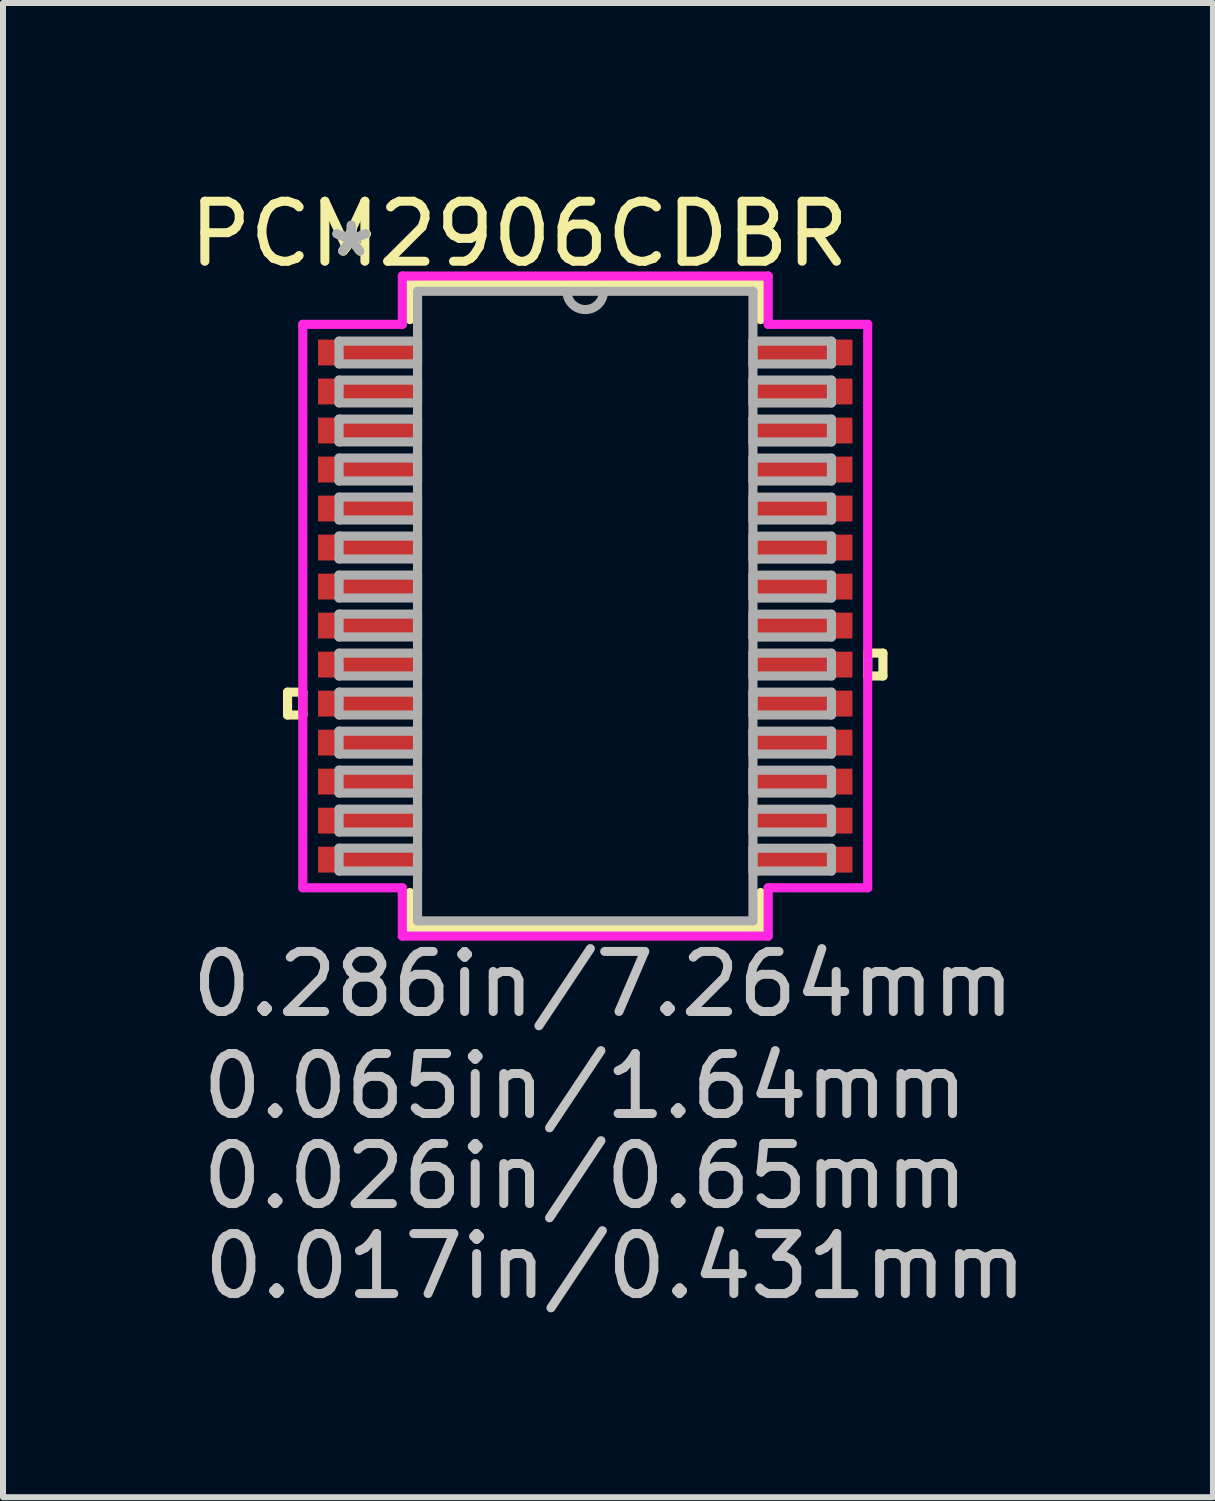
<source format=kicad_pcb>
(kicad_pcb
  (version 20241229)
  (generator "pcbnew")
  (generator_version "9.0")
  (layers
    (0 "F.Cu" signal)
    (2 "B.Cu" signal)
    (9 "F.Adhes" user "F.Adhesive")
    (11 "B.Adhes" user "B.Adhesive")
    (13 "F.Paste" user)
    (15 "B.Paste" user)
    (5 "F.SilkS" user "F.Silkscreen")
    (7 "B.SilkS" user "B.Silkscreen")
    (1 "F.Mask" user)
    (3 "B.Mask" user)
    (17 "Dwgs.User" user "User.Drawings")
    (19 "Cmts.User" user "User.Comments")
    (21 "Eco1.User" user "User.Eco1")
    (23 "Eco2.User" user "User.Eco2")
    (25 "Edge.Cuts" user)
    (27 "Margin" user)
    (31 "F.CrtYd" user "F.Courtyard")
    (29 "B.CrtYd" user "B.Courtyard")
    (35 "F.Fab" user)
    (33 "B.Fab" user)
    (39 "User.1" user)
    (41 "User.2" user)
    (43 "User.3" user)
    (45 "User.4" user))
  (footprint "PCM2906CDBR"
    (layer "F.Cu")
    (at 6.701 7.048)
    (property "Reference" "PCM2906CDBR" (at -1.1 -6.2 0) (layer "F.SilkS") (effects (font (size 1 1) (thickness 0.15))))
    (attr through_hole)
    (fp_line (start -4.96 1.434) (end -4.96 1.815) (stroke (width 0.152) (type solid)) (layer "F.SilkS"))
    (fp_line (start -4.96 1.815) (end -4.706 1.815) (stroke (width 0.152) (type solid)) (layer "F.SilkS"))
    (fp_line (start -4.706 1.434) (end -4.96 1.434) (stroke (width 0.152) (type solid)) (layer "F.SilkS"))
    (fp_line (start -4.706 1.815) (end -4.706 1.434) (stroke (width 0.152) (type solid)) (layer "F.SilkS"))
    (fp_line (start -2.921 -5.372) (end -2.921 -4.773) (stroke (width 0.152) (type solid)) (layer "F.SilkS"))
    (fp_line (start -2.921 4.773) (end -2.921 5.372) (stroke (width 0.152) (type solid)) (layer "F.SilkS"))
    (fp_line (start -2.921 5.372) (end 2.921 5.372) (stroke (width 0.152) (type solid)) (layer "F.SilkS"))
    (fp_line (start 2.921 -5.372) (end -2.921 -5.372) (stroke (width 0.152) (type solid)) (layer "F.SilkS"))
    (fp_line (start 2.921 -4.773) (end 2.921 -5.372) (stroke (width 0.152) (type solid)) (layer "F.SilkS"))
    (fp_line (start 2.921 5.372) (end 2.921 4.773) (stroke (width 0.152) (type solid)) (layer "F.SilkS"))
    (fp_line (start 4.706 0.784) (end 4.96 0.784) (stroke (width 0.152) (type solid)) (layer "F.SilkS"))
    (fp_line (start 4.706 1.165) (end 4.706 0.784) (stroke (width 0.152) (type solid)) (layer "F.SilkS"))
    (fp_line (start 4.96 0.784) (end 4.96 1.165) (stroke (width 0.152) (type solid)) (layer "F.SilkS"))
    (fp_line (start 4.96 1.165) (end 4.706 1.165) (stroke (width 0.152) (type solid)) (layer "F.SilkS"))
    (fp_line (start -4.706 -4.694) (end -3.048 -4.694) (stroke (width 0.152) (type solid)) (layer "F.CrtYd"))
    (fp_line (start -4.706 4.694) (end -4.706 -4.694) (stroke (width 0.152) (type solid)) (layer "F.CrtYd"))
    (fp_line (start -3.048 -5.499) (end 3.048 -5.499) (stroke (width 0.152) (type solid)) (layer "F.CrtYd"))
    (fp_line (start -3.048 -4.694) (end -3.048 -5.499) (stroke (width 0.152) (type solid)) (layer "F.CrtYd"))
    (fp_line (start -3.048 4.694) (end -4.706 4.694) (stroke (width 0.152) (type solid)) (layer "F.CrtYd"))
    (fp_line (start -3.048 5.499) (end -3.048 4.694) (stroke (width 0.152) (type solid)) (layer "F.CrtYd"))
    (fp_line (start 3.048 -5.499) (end 3.048 -4.694) (stroke (width 0.152) (type solid)) (layer "F.CrtYd"))
    (fp_line (start 3.048 -4.694) (end 4.706 -4.694) (stroke (width 0.152) (type solid)) (layer "F.CrtYd"))
    (fp_line (start 3.048 4.694) (end 3.048 5.499) (stroke (width 0.152) (type solid)) (layer "F.CrtYd"))
    (fp_line (start 3.048 5.499) (end -3.048 5.499) (stroke (width 0.152) (type solid)) (layer "F.CrtYd"))
    (fp_line (start 4.706 -4.694) (end 4.706 4.694) (stroke (width 0.152) (type solid)) (layer "F.CrtYd"))
    (fp_line (start 4.706 4.694) (end 3.048 4.694) (stroke (width 0.152) (type solid)) (layer "F.CrtYd"))
    (fp_line (start -4.102 -4.415) (end -4.102 -4.035) (stroke (width 0.152) (type solid)) (layer "F.Fab"))
    (fp_line (start -4.102 -4.035) (end -2.794 -4.035) (stroke (width 0.152) (type solid)) (layer "F.Fab"))
    (fp_line (start -4.102 -3.765) (end -4.102 -3.385) (stroke (width 0.152) (type solid)) (layer "F.Fab"))
    (fp_line (start -4.102 -3.385) (end -2.794 -3.385) (stroke (width 0.152) (type solid)) (layer "F.Fab"))
    (fp_line (start -4.102 -3.115) (end -4.102 -2.735) (stroke (width 0.152) (type solid)) (layer "F.Fab"))
    (fp_line (start -4.102 -2.735) (end -2.794 -2.735) (stroke (width 0.152) (type solid)) (layer "F.Fab"))
    (fp_line (start -4.102 -2.466) (end -4.102 -2.084) (stroke (width 0.152) (type solid)) (layer "F.Fab"))
    (fp_line (start -4.102 -2.084) (end -2.794 -2.084) (stroke (width 0.152) (type solid)) (layer "F.Fab"))
    (fp_line (start -4.102 -1.816) (end -4.102 -1.435) (stroke (width 0.152) (type solid)) (layer "F.Fab"))
    (fp_line (start -4.102 -1.435) (end -2.794 -1.435) (stroke (width 0.152) (type solid)) (layer "F.Fab"))
    (fp_line (start -4.102 -1.166) (end -4.102 -0.785) (stroke (width 0.152) (type solid)) (layer "F.Fab"))
    (fp_line (start -4.102 -0.785) (end -2.794 -0.785) (stroke (width 0.152) (type solid)) (layer "F.Fab"))
    (fp_line (start -4.102 -0.516) (end -4.102 -0.135) (stroke (width 0.152) (type solid)) (layer "F.Fab"))
    (fp_line (start -4.102 -0.135) (end -2.794 -0.135) (stroke (width 0.152) (type solid)) (layer "F.Fab"))
    (fp_line (start -4.102 0.134) (end -4.102 0.515) (stroke (width 0.152) (type solid)) (layer "F.Fab"))
    (fp_line (start -4.102 0.515) (end -2.794 0.515) (stroke (width 0.152) (type solid)) (layer "F.Fab"))
    (fp_line (start -4.102 0.784) (end -4.102 1.165) (stroke (width 0.152) (type solid)) (layer "F.Fab"))
    (fp_line (start -4.102 1.165) (end -2.794 1.165) (stroke (width 0.152) (type solid)) (layer "F.Fab"))
    (fp_line (start -4.102 1.434) (end -4.102 1.815) (stroke (width 0.152) (type solid)) (layer "F.Fab"))
    (fp_line (start -4.102 1.815) (end -2.794 1.815) (stroke (width 0.152) (type solid)) (layer "F.Fab"))
    (fp_line (start -4.102 2.084) (end -4.102 2.465) (stroke (width 0.152) (type solid)) (layer "F.Fab"))
    (fp_line (start -4.102 2.465) (end -2.794 2.465) (stroke (width 0.152) (type solid)) (layer "F.Fab"))
    (fp_line (start -4.102 2.734) (end -4.102 3.115) (stroke (width 0.152) (type solid)) (layer "F.Fab"))
    (fp_line (start -4.102 3.115) (end -2.794 3.115) (stroke (width 0.152) (type solid)) (layer "F.Fab"))
    (fp_line (start -4.102 3.384) (end -4.102 3.765) (stroke (width 0.152) (type solid)) (layer "F.Fab"))
    (fp_line (start -4.102 3.765) (end -2.794 3.765) (stroke (width 0.152) (type solid)) (layer "F.Fab"))
    (fp_line (start -4.102 4.034) (end -4.102 4.415) (stroke (width 0.152) (type solid)) (layer "F.Fab"))
    (fp_line (start -4.102 4.415) (end -2.794 4.415) (stroke (width 0.152) (type solid)) (layer "F.Fab"))
    (fp_line (start -2.794 -5.245) (end -2.794 5.245) (stroke (width 0.152) (type solid)) (layer "F.Fab"))
    (fp_line (start -2.794 -4.415) (end -4.102 -4.415) (stroke (width 0.152) (type solid)) (layer "F.Fab"))
    (fp_line (start -2.794 -4.035) (end -2.794 -4.415) (stroke (width 0.152) (type solid)) (layer "F.Fab"))
    (fp_line (start -2.794 -3.765) (end -4.102 -3.765) (stroke (width 0.152) (type solid)) (layer "F.Fab"))
    (fp_line (start -2.794 -3.385) (end -2.794 -3.765) (stroke (width 0.152) (type solid)) (layer "F.Fab"))
    (fp_line (start -2.794 -3.115) (end -4.102 -3.115) (stroke (width 0.152) (type solid)) (layer "F.Fab"))
    (fp_line (start -2.794 -2.735) (end -2.794 -3.115) (stroke (width 0.152) (type solid)) (layer "F.Fab"))
    (fp_line (start -2.794 -2.466) (end -4.102 -2.466) (stroke (width 0.152) (type solid)) (layer "F.Fab"))
    (fp_line (start -2.794 -2.084) (end -2.794 -2.466) (stroke (width 0.152) (type solid)) (layer "F.Fab"))
    (fp_line (start -2.794 -1.816) (end -4.102 -1.816) (stroke (width 0.152) (type solid)) (layer "F.Fab"))
    (fp_line (start -2.794 -1.435) (end -2.794 -1.816) (stroke (width 0.152) (type solid)) (layer "F.Fab"))
    (fp_line (start -2.794 -1.166) (end -4.102 -1.166) (stroke (width 0.152) (type solid)) (layer "F.Fab"))
    (fp_line (start -2.794 -0.785) (end -2.794 -1.166) (stroke (width 0.152) (type solid)) (layer "F.Fab"))
    (fp_line (start -2.794 -0.516) (end -4.102 -0.516) (stroke (width 0.152) (type solid)) (layer "F.Fab"))
    (fp_line (start -2.794 -0.135) (end -2.794 -0.516) (stroke (width 0.152) (type solid)) (layer "F.Fab"))
    (fp_line (start -2.794 0.134) (end -4.102 0.134) (stroke (width 0.152) (type solid)) (layer "F.Fab"))
    (fp_line (start -2.794 0.515) (end -2.794 0.134) (stroke (width 0.152) (type solid)) (layer "F.Fab"))
    (fp_line (start -2.794 0.784) (end -4.102 0.784) (stroke (width 0.152) (type solid)) (layer "F.Fab"))
    (fp_line (start -2.794 1.165) (end -2.794 0.784) (stroke (width 0.152) (type solid)) (layer "F.Fab"))
    (fp_line (start -2.794 1.434) (end -4.102 1.434) (stroke (width 0.152) (type solid)) (layer "F.Fab"))
    (fp_line (start -2.794 1.815) (end -2.794 1.434) (stroke (width 0.152) (type solid)) (layer "F.Fab"))
    (fp_line (start -2.794 2.084) (end -4.102 2.084) (stroke (width 0.152) (type solid)) (layer "F.Fab"))
    (fp_line (start -2.794 2.465) (end -2.794 2.084) (stroke (width 0.152) (type solid)) (layer "F.Fab"))
    (fp_line (start -2.794 2.734) (end -4.102 2.734) (stroke (width 0.152) (type solid)) (layer "F.Fab"))
    (fp_line (start -2.794 3.115) (end -2.794 2.734) (stroke (width 0.152) (type solid)) (layer "F.Fab"))
    (fp_line (start -2.794 3.384) (end -4.102 3.384) (stroke (width 0.152) (type solid)) (layer "F.Fab"))
    (fp_line (start -2.794 3.765) (end -2.794 3.384) (stroke (width 0.152) (type solid)) (layer "F.Fab"))
    (fp_line (start -2.794 4.034) (end -4.102 4.034) (stroke (width 0.152) (type solid)) (layer "F.Fab"))
    (fp_line (start -2.794 4.415) (end -2.794 4.034) (stroke (width 0.152) (type solid)) (layer "F.Fab"))
    (fp_line (start -2.794 5.245) (end 2.794 5.245) (stroke (width 0.152) (type solid)) (layer "F.Fab"))
    (fp_line (start 2.794 -5.245) (end -2.794 -5.245) (stroke (width 0.152) (type solid)) (layer "F.Fab"))
    (fp_line (start 2.794 -4.415) (end 2.794 -4.034) (stroke (width 0.152) (type solid)) (layer "F.Fab"))
    (fp_line (start 2.794 -4.034) (end 4.102 -4.034) (stroke (width 0.152) (type solid)) (layer "F.Fab"))
    (fp_line (start 2.794 -3.765) (end 2.794 -3.384) (stroke (width 0.152) (type solid)) (layer "F.Fab"))
    (fp_line (start 2.794 -3.384) (end 4.102 -3.384) (stroke (width 0.152) (type solid)) (layer "F.Fab"))
    (fp_line (start 2.794 -3.115) (end 2.794 -2.734) (stroke (width 0.152) (type solid)) (layer "F.Fab"))
    (fp_line (start 2.794 -2.734) (end 4.102 -2.734) (stroke (width 0.152) (type solid)) (layer "F.Fab"))
    (fp_line (start 2.794 -2.465) (end 2.794 -2.084) (stroke (width 0.152) (type solid)) (layer "F.Fab"))
    (fp_line (start 2.794 -2.084) (end 4.102 -2.084) (stroke (width 0.152) (type solid)) (layer "F.Fab"))
    (fp_line (start 2.794 -1.815) (end 2.794 -1.434) (stroke (width 0.152) (type solid)) (layer "F.Fab"))
    (fp_line (start 2.794 -1.434) (end 4.102 -1.434) (stroke (width 0.152) (type solid)) (layer "F.Fab"))
    (fp_line (start 2.794 -1.165) (end 2.794 -0.784) (stroke (width 0.152) (type solid)) (layer "F.Fab"))
    (fp_line (start 2.794 -0.784) (end 4.102 -0.784) (stroke (width 0.152) (type solid)) (layer "F.Fab"))
    (fp_line (start 2.794 -0.515) (end 2.794 -0.134) (stroke (width 0.152) (type solid)) (layer "F.Fab"))
    (fp_line (start 2.794 -0.134) (end 4.102 -0.134) (stroke (width 0.152) (type solid)) (layer "F.Fab"))
    (fp_line (start 2.794 0.135) (end 2.794 0.516) (stroke (width 0.152) (type solid)) (layer "F.Fab"))
    (fp_line (start 2.794 0.516) (end 4.102 0.516) (stroke (width 0.152) (type solid)) (layer "F.Fab"))
    (fp_line (start 2.794 0.784) (end 2.794 1.165) (stroke (width 0.152) (type solid)) (layer "F.Fab"))
    (fp_line (start 2.794 1.165) (end 4.102 1.165) (stroke (width 0.152) (type solid)) (layer "F.Fab"))
    (fp_line (start 2.794 1.435) (end 2.794 1.815) (stroke (width 0.152) (type solid)) (layer "F.Fab"))
    (fp_line (start 2.794 1.815) (end 4.102 1.815) (stroke (width 0.152) (type solid)) (layer "F.Fab"))
    (fp_line (start 2.794 2.084) (end 2.794 2.466) (stroke (width 0.152) (type solid)) (layer "F.Fab"))
    (fp_line (start 2.794 2.466) (end 4.102 2.466) (stroke (width 0.152) (type solid)) (layer "F.Fab"))
    (fp_line (start 2.794 2.735) (end 2.794 3.115) (stroke (width 0.152) (type solid)) (layer "F.Fab"))
    (fp_line (start 2.794 3.115) (end 4.102 3.115) (stroke (width 0.152) (type solid)) (layer "F.Fab"))
    (fp_line (start 2.794 3.385) (end 2.794 3.765) (stroke (width 0.152) (type solid)) (layer "F.Fab"))
    (fp_line (start 2.794 3.765) (end 4.102 3.765) (stroke (width 0.152) (type solid)) (layer "F.Fab"))
    (fp_line (start 2.794 4.035) (end 2.794 4.415) (stroke (width 0.152) (type solid)) (layer "F.Fab"))
    (fp_line (start 2.794 4.415) (end 4.102 4.415) (stroke (width 0.152) (type solid)) (layer "F.Fab"))
    (fp_line (start 2.794 5.245) (end 2.794 -5.245) (stroke (width 0.152) (type solid)) (layer "F.Fab"))
    (fp_line (start 4.102 -4.415) (end 2.794 -4.415) (stroke (width 0.152) (type solid)) (layer "F.Fab"))
    (fp_line (start 4.102 -4.034) (end 4.102 -4.415) (stroke (width 0.152) (type solid)) (layer "F.Fab"))
    (fp_line (start 4.102 -3.765) (end 2.794 -3.765) (stroke (width 0.152) (type solid)) (layer "F.Fab"))
    (fp_line (start 4.102 -3.384) (end 4.102 -3.765) (stroke (width 0.152) (type solid)) (layer "F.Fab"))
    (fp_line (start 4.102 -3.115) (end 2.794 -3.115) (stroke (width 0.152) (type solid)) (layer "F.Fab"))
    (fp_line (start 4.102 -2.734) (end 4.102 -3.115) (stroke (width 0.152) (type solid)) (layer "F.Fab"))
    (fp_line (start 4.102 -2.465) (end 2.794 -2.465) (stroke (width 0.152) (type solid)) (layer "F.Fab"))
    (fp_line (start 4.102 -2.084) (end 4.102 -2.465) (stroke (width 0.152) (type solid)) (layer "F.Fab"))
    (fp_line (start 4.102 -1.815) (end 2.794 -1.815) (stroke (width 0.152) (type solid)) (layer "F.Fab"))
    (fp_line (start 4.102 -1.434) (end 4.102 -1.815) (stroke (width 0.152) (type solid)) (layer "F.Fab"))
    (fp_line (start 4.102 -1.165) (end 2.794 -1.165) (stroke (width 0.152) (type solid)) (layer "F.Fab"))
    (fp_line (start 4.102 -0.784) (end 4.102 -1.165) (stroke (width 0.152) (type solid)) (layer "F.Fab"))
    (fp_line (start 4.102 -0.515) (end 2.794 -0.515) (stroke (width 0.152) (type solid)) (layer "F.Fab"))
    (fp_line (start 4.102 -0.134) (end 4.102 -0.515) (stroke (width 0.152) (type solid)) (layer "F.Fab"))
    (fp_line (start 4.102 0.135) (end 2.794 0.135) (stroke (width 0.152) (type solid)) (layer "F.Fab"))
    (fp_line (start 4.102 0.516) (end 4.102 0.135) (stroke (width 0.152) (type solid)) (layer "F.Fab"))
    (fp_line (start 4.102 0.784) (end 2.794 0.784) (stroke (width 0.152) (type solid)) (layer "F.Fab"))
    (fp_line (start 4.102 1.165) (end 4.102 0.784) (stroke (width 0.152) (type solid)) (layer "F.Fab"))
    (fp_line (start 4.102 1.435) (end 2.794 1.435) (stroke (width 0.152) (type solid)) (layer "F.Fab"))
    (fp_line (start 4.102 1.815) (end 4.102 1.435) (stroke (width 0.152) (type solid)) (layer "F.Fab"))
    (fp_line (start 4.102 2.084) (end 2.794 2.084) (stroke (width 0.152) (type solid)) (layer "F.Fab"))
    (fp_line (start 4.102 2.466) (end 4.102 2.084) (stroke (width 0.152) (type solid)) (layer "F.Fab"))
    (fp_line (start 4.102 2.735) (end 2.794 2.735) (stroke (width 0.152) (type solid)) (layer "F.Fab"))
    (fp_line (start 4.102 3.115) (end 4.102 2.735) (stroke (width 0.152) (type solid)) (layer "F.Fab"))
    (fp_line (start 4.102 3.385) (end 2.794 3.385) (stroke (width 0.152) (type solid)) (layer "F.Fab"))
    (fp_line (start 4.102 3.765) (end 4.102 3.385) (stroke (width 0.152) (type solid)) (layer "F.Fab"))
    (fp_line (start 4.102 4.035) (end 2.794 4.035) (stroke (width 0.152) (type solid)) (layer "F.Fab"))
    (fp_line (start 4.102 4.415) (end 4.102 4.035) (stroke (width 0.152) (type solid)) (layer "F.Fab"))
    (fp_arc (start 0.3048 -5.2451) (mid 0 -4.9403) (end -0.3048 -5.2451) (stroke (width 0.1524) (type solid)) (layer "F.Fab"))
    (fp_text user "*" (at -3.886 -5.799 0) (layer "F.SilkS") (effects (font (size 1 1) (thickness 0.15))))
    (fp_text user "*" (at -3.886 -5.799 0) (layer "F.SilkS") (effects (font (size 1 1) (thickness 0.15))))
    (fp_text user "0.286in/7.264mm" (at 0.3 6.3 0) (layer "Dwgs.User") (effects (font (size 1 1) (thickness 0.15))))
    (fp_text user "0.026in/0.65mm" (at 0 9.5 0) (layer "Dwgs.User") (effects (font (size 1 1) (thickness 0.15))))
    (fp_text user "0.017in/0.431mm" (at 0.5 11 0) (layer "Dwgs.User") (effects (font (size 1 1) (thickness 0.15))))
    (fp_text user "0.065in/1.64mm" (at 0 8 0) (layer "Dwgs.User") (effects (font (size 1 1) (thickness 0.15))))
    (fp_text user "*" (at -3.9 -5.8 0) (layer "F.Fab") (effects (font (size 1 1) (thickness 0.15))))
    (fp_text user "*" (at -3.9 -5.8 0) (layer "F.Fab") (effects (font (size 1 1) (thickness 0.15))))
    (pad "1" smd rect (at -3.632 -4.225) (size 1.64 0.431) (layers "F.Cu" "F.Mask" "F.Paste"))
    (pad "2" smd rect (at -3.632 -3.575) (size 1.64 0.431) (layers "F.Cu" "F.Mask" "F.Paste"))
    (pad "3" smd rect (at -3.632 -2.925) (size 1.64 0.431) (layers "F.Cu" "F.Mask" "F.Paste"))
    (pad "4" smd rect (at -3.632 -2.275) (size 1.64 0.431) (layers "F.Cu" "F.Mask" "F.Paste"))
    (pad "5" smd rect (at -3.632 -1.625) (size 1.64 0.431) (layers "F.Cu" "F.Mask" "F.Paste"))
    (pad "6" smd rect (at -3.632 -0.975) (size 1.64 0.431) (layers "F.Cu" "F.Mask" "F.Paste"))
    (pad "7" smd rect (at -3.632 -0.325) (size 1.64 0.431) (layers "F.Cu" "F.Mask" "F.Paste"))
    (pad "8" smd rect (at -3.632 0.325) (size 1.64 0.431) (layers "F.Cu" "F.Mask" "F.Paste"))
    (pad "9" smd rect (at -3.632 0.975) (size 1.64 0.431) (layers "F.Cu" "F.Mask" "F.Paste"))
    (pad "10" smd rect (at -3.632 1.625) (size 1.64 0.431) (layers "F.Cu" "F.Mask" "F.Paste"))
    (pad "11" smd rect (at -3.632 2.275) (size 1.64 0.431) (layers "F.Cu" "F.Mask" "F.Paste"))
    (pad "12" smd rect (at -3.632 2.925) (size 1.64 0.431) (layers "F.Cu" "F.Mask" "F.Paste"))
    (pad "13" smd rect (at -3.632 3.575) (size 1.64 0.431) (layers "F.Cu" "F.Mask" "F.Paste"))
    (pad "14" smd rect (at -3.632 4.225) (size 1.64 0.431) (layers "F.Cu" "F.Mask" "F.Paste"))
    (pad "15" smd rect (at 3.632 4.225) (size 1.64 0.431) (layers "F.Cu" "F.Mask" "F.Paste"))
    (pad "16" smd rect (at 3.632 3.575) (size 1.64 0.431) (layers "F.Cu" "F.Mask" "F.Paste"))
    (pad "17" smd rect (at 3.632 2.925) (size 1.64 0.431) (layers "F.Cu" "F.Mask" "F.Paste"))
    (pad "18" smd rect (at 3.632 2.275) (size 1.64 0.431) (layers "F.Cu" "F.Mask" "F.Paste"))
    (pad "19" smd rect (at 3.632 1.625) (size 1.64 0.431) (layers "F.Cu" "F.Mask" "F.Paste"))
    (pad "20" smd rect (at 3.632 0.975) (size 1.64 0.431) (layers "F.Cu" "F.Mask" "F.Paste"))
    (pad "21" smd rect (at 3.632 0.325) (size 1.64 0.431) (layers "F.Cu" "F.Mask" "F.Paste"))
    (pad "22" smd rect (at 3.632 -0.325) (size 1.64 0.431) (layers "F.Cu" "F.Mask" "F.Paste"))
    (pad "23" smd rect (at 3.632 -0.975) (size 1.64 0.431) (layers "F.Cu" "F.Mask" "F.Paste"))
    (pad "24" smd rect (at 3.632 -1.625) (size 1.64 0.431) (layers "F.Cu" "F.Mask" "F.Paste"))
    (pad "25" smd rect (at 3.632 -2.275) (size 1.64 0.431) (layers "F.Cu" "F.Mask" "F.Paste"))
    (pad "26" smd rect (at 3.632 -2.925) (size 1.64 0.431) (layers "F.Cu" "F.Mask" "F.Paste"))
    (pad "27" smd rect (at 3.632 -3.575) (size 1.64 0.431) (layers "F.Cu" "F.Mask" "F.Paste"))
    (pad "28" smd rect (at 3.632 -4.225) (size 1.64 0.431) (layers "F.Cu" "F.Mask" "F.Paste")))
  (gr_rect
    (start -3 -3)
    (end 17.16 21.896)
    (stroke (width 0.1) (type default))
    (fill no)
    (layer "Edge.Cuts")))
</source>
